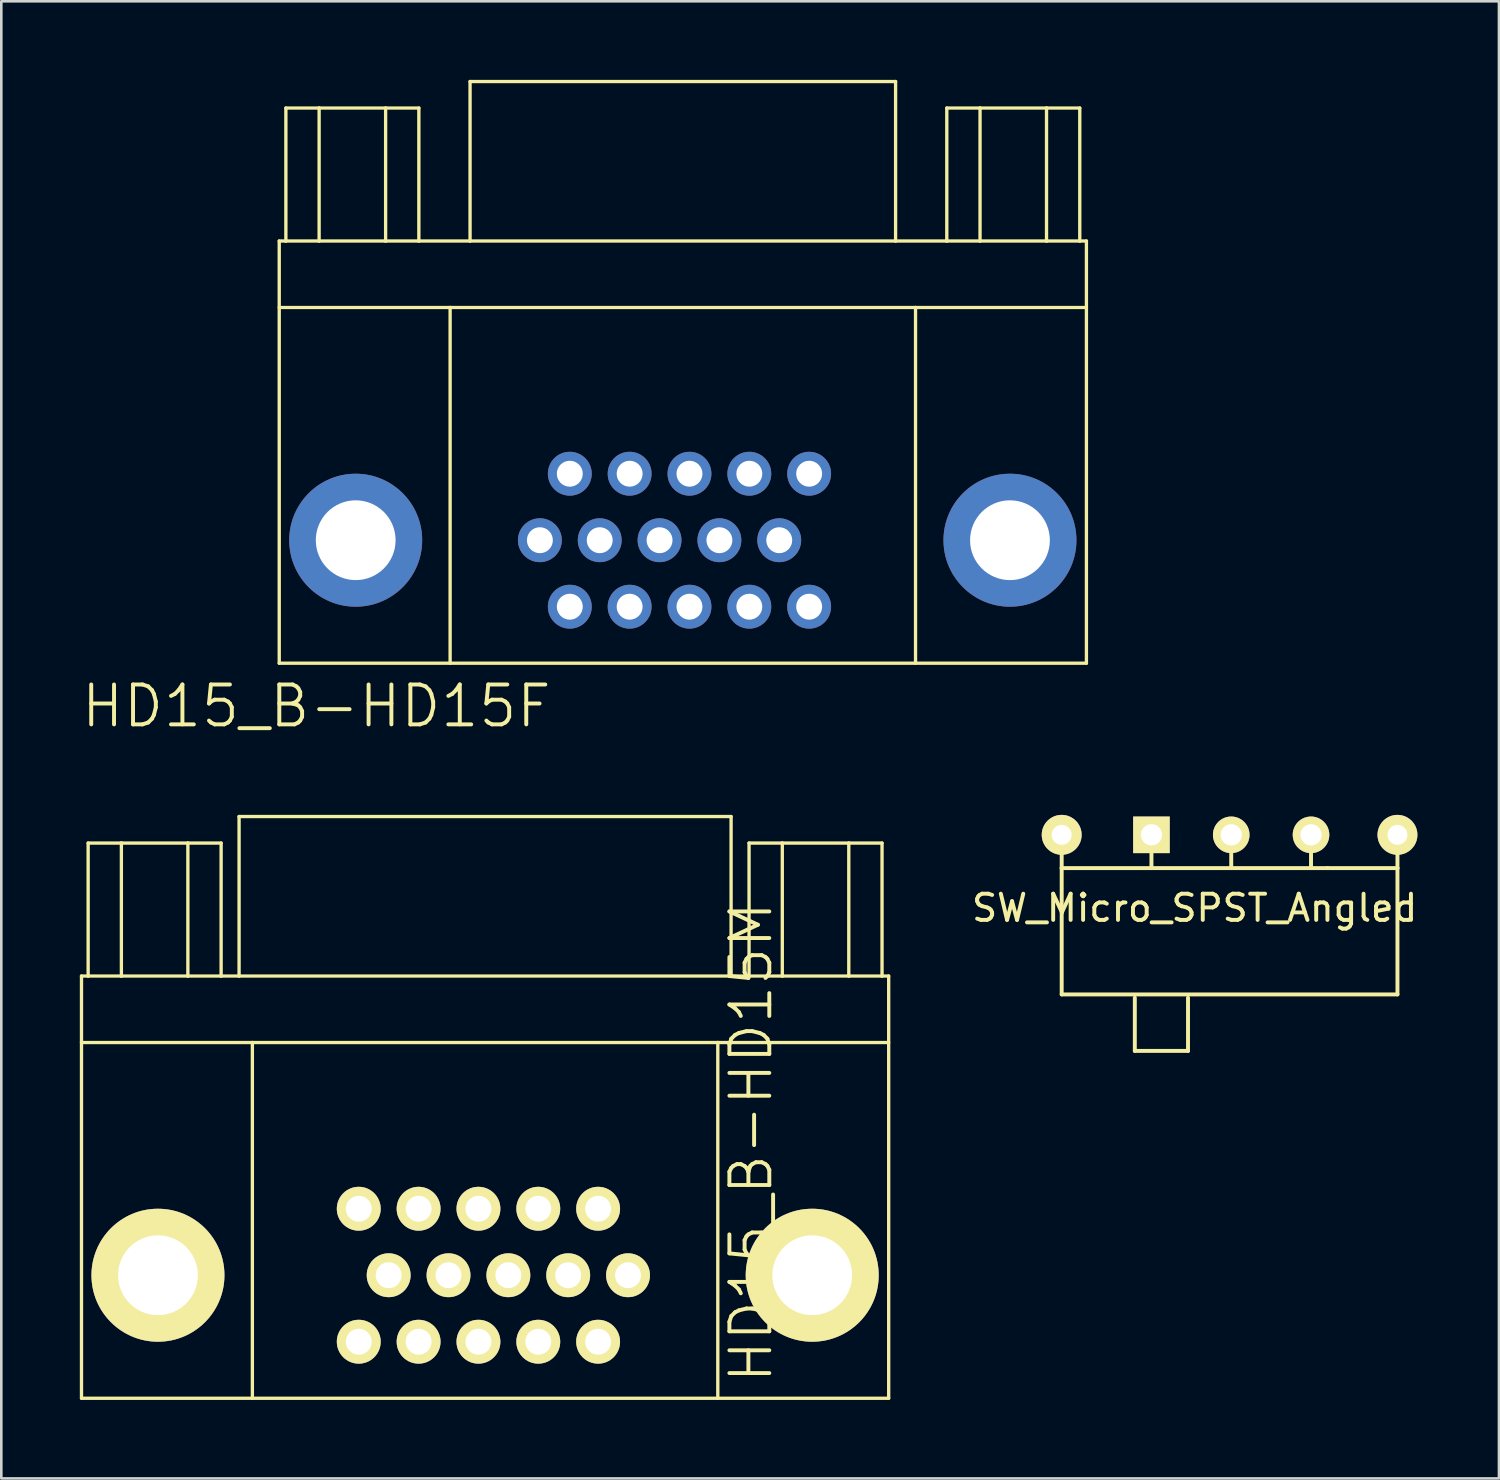
<source format=kicad_pcb>
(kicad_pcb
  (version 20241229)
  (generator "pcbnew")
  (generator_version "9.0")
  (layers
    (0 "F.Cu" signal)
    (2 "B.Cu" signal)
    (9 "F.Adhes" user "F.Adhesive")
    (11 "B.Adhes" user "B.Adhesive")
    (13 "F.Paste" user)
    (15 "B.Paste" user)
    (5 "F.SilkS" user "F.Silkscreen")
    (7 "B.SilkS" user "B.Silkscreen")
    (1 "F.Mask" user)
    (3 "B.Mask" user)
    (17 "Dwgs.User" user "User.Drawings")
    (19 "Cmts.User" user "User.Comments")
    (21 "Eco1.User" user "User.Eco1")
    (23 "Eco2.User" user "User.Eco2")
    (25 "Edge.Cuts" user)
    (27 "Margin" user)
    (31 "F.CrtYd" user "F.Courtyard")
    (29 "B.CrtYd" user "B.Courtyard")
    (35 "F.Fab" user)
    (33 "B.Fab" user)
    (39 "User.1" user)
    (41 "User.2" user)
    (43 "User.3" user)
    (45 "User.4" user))
  (footprint "HD15_B-HD15F"
    (layer "F.Cu")
    (at 23.035 17.587)
    (property "Reference" "HD15_B-HD15F" (at -14 6.338 0) (layer "F.SilkS") (effects (font (size 1.524 1.524) (thickness 0.15))))
    (attr exclude_from_pos_files)
    (fp_line (start -15.418 -11.43) (end -15.418 4.699) (stroke (width 0.127) (type solid)) (layer "F.SilkS"))
    (fp_line (start -15.164 -16.51) (end -15.164 -11.43) (stroke (width 0.127) (type solid)) (layer "F.SilkS"))
    (fp_line (start -15.164 -16.51) (end -13.894 -16.51) (stroke (width 0.127) (type solid)) (layer "F.SilkS"))
    (fp_line (start -15.164 -11.43) (end -15.418 -11.43) (stroke (width 0.127) (type solid)) (layer "F.SilkS"))
    (fp_line (start -13.894 -16.51) (end -13.894 -11.43) (stroke (width 0.127) (type solid)) (layer "F.SilkS"))
    (fp_line (start -13.894 -16.51) (end -11.354 -16.51) (stroke (width 0.127) (type solid)) (layer "F.SilkS"))
    (fp_line (start -13.894 -11.43) (end -15.164 -11.43) (stroke (width 0.127) (type solid)) (layer "F.SilkS"))
    (fp_line (start -11.354 -16.51) (end -11.354 -11.43) (stroke (width 0.127) (type solid)) (layer "F.SilkS"))
    (fp_line (start -11.354 -16.51) (end -10.084 -16.51) (stroke (width 0.127) (type solid)) (layer "F.SilkS"))
    (fp_line (start -11.354 -11.43) (end -13.894 -11.43) (stroke (width 0.127) (type solid)) (layer "F.SilkS"))
    (fp_line (start -10.084 -16.51) (end -10.084 -11.43) (stroke (width 0.127) (type solid)) (layer "F.SilkS"))
    (fp_line (start -10.084 -11.43) (end -11.354 -11.43) (stroke (width 0.127) (type solid)) (layer "F.SilkS"))
    (fp_line (start -8.89 -8.89) (end -15.418 -8.89) (stroke (width 0.127) (type solid)) (layer "F.SilkS"))
    (fp_line (start -8.89 -8.89) (end -8.89 4.699) (stroke (width 0.127) (type solid)) (layer "F.SilkS"))
    (fp_line (start -8.128 -17.523) (end -8.128 -11.43) (stroke (width 0.127) (type solid)) (layer "F.SilkS"))
    (fp_line (start -8.128 -11.43) (end -10.084 -11.43) (stroke (width 0.127) (type solid)) (layer "F.SilkS"))
    (fp_line (start 8.128 -17.523) (end -8.128 -17.523) (stroke (width 0.127) (type solid)) (layer "F.SilkS"))
    (fp_line (start 8.128 -17.523) (end 8.128 -11.43) (stroke (width 0.127) (type solid)) (layer "F.SilkS"))
    (fp_line (start 8.128 -11.43) (end -8.128 -11.43) (stroke (width 0.127) (type solid)) (layer "F.SilkS"))
    (fp_line (start 8.89 -8.89) (end -8.89 -8.89) (stroke (width 0.127) (type solid)) (layer "F.SilkS"))
    (fp_line (start 8.89 -8.89) (end 8.89 4.699) (stroke (width 0.127) (type solid)) (layer "F.SilkS"))
    (fp_line (start 10.084 -16.51) (end 10.084 -11.43) (stroke (width 0.127) (type solid)) (layer "F.SilkS"))
    (fp_line (start 10.084 -11.43) (end 8.128 -11.43) (stroke (width 0.127) (type solid)) (layer "F.SilkS"))
    (fp_line (start 11.354 -16.51) (end 10.084 -16.51) (stroke (width 0.127) (type solid)) (layer "F.SilkS"))
    (fp_line (start 11.354 -16.51) (end 11.354 -11.43) (stroke (width 0.127) (type solid)) (layer "F.SilkS"))
    (fp_line (start 11.354 -11.43) (end 10.084 -11.43) (stroke (width 0.127) (type solid)) (layer "F.SilkS"))
    (fp_line (start 13.894 -16.51) (end 11.354 -16.51) (stroke (width 0.127) (type solid)) (layer "F.SilkS"))
    (fp_line (start 13.894 -16.51) (end 13.894 -11.43) (stroke (width 0.127) (type solid)) (layer "F.SilkS"))
    (fp_line (start 13.894 -11.43) (end 11.354 -11.43) (stroke (width 0.127) (type solid)) (layer "F.SilkS"))
    (fp_line (start 15.164 -16.51) (end 13.894 -16.51) (stroke (width 0.127) (type solid)) (layer "F.SilkS"))
    (fp_line (start 15.164 -16.51) (end 15.164 -11.43) (stroke (width 0.127) (type solid)) (layer "F.SilkS"))
    (fp_line (start 15.164 -11.43) (end 13.894 -11.43) (stroke (width 0.127) (type solid)) (layer "F.SilkS"))
    (fp_line (start 15.418 -11.43) (end 15.164 -11.43) (stroke (width 0.127) (type solid)) (layer "F.SilkS"))
    (fp_line (start 15.418 -11.43) (end 15.418 4.699) (stroke (width 0.127) (type solid)) (layer "F.SilkS"))
    (fp_line (start 15.418 -8.89) (end 8.89 -8.89) (stroke (width 0.127) (type solid)) (layer "F.SilkS"))
    (fp_line (start 15.418 4.699) (end -15.418 4.699) (stroke (width 0.127) (type solid)) (layer "F.SilkS"))
    (pad "1" thru_hole circle (at -4.318 2.54) (size 1.676 1.676) (drill 0.991) (layers "*.Cu" "*.Mask"))
    (pad "2" thru_hole circle (at -2.032 2.54) (size 1.676 1.676) (drill 0.991) (layers "*.Cu" "*.Mask"))
    (pad "3" thru_hole circle (at 0.254 2.54) (size 1.676 1.676) (drill 0.991) (layers "*.Cu" "*.Mask"))
    (pad "4" thru_hole circle (at 2.54 2.54) (size 1.676 1.676) (drill 0.991) (layers "*.Cu" "*.Mask"))
    (pad "5" thru_hole circle (at 4.826 2.54) (size 1.676 1.676) (drill 0.991) (layers "*.Cu" "*.Mask"))
    (pad "6" thru_hole circle (at -5.461 0) (size 1.676 1.676) (drill 0.991) (layers "*.Cu" "*.Mask"))
    (pad "7" thru_hole circle (at -3.175 0) (size 1.676 1.676) (drill 0.991) (layers "*.Cu" "*.Mask"))
    (pad "8" thru_hole circle (at -0.889 0) (size 1.676 1.676) (drill 0.991) (layers "*.Cu" "*.Mask"))
    (pad "9" thru_hole circle (at 1.397 0) (size 1.676 1.676) (drill 0.991) (layers "*.Cu" "*.Mask"))
    (pad "10" thru_hole circle (at 3.683 0) (size 1.676 1.676) (drill 0.991) (layers "*.Cu" "*.Mask"))
    (pad "11" thru_hole circle (at -4.318 -2.54) (size 1.676 1.676) (drill 0.991) (layers "*.Cu" "*.Mask"))
    (pad "12" thru_hole circle (at -2.032 -2.54) (size 1.676 1.676) (drill 0.991) (layers "*.Cu" "*.Mask"))
    (pad "13" thru_hole circle (at 0.254 -2.54) (size 1.676 1.676) (drill 0.991) (layers "*.Cu" "*.Mask"))
    (pad "14" thru_hole circle (at 2.54 -2.54) (size 1.676 1.676) (drill 0.991) (layers "*.Cu" "*.Mask"))
    (pad "15" thru_hole circle (at 4.826 -2.54) (size 1.676 1.676) (drill 0.991) (layers "*.Cu" "*.Mask"))
    (pad "SH1" thru_hole circle (at -12.497 0) (size 5.08 5.08) (drill 3.048) (layers "*.Cu" "*.Mask"))
    (pad "SH2" thru_hole circle (at 12.497 0) (size 5.08 5.08) (drill 3.048) (layers "*.Cu" "*.Mask")))
  (footprint "HD15_B-HD15M"
    (layer "F.Cu")
    (at 15.481 45.666)
    (property "Reference" "HD15_B-HD15M" (at 10.16 -5.08 90) (layer "F.SilkS") (effects (font (size 1.524 1.524) (thickness 0.15))))
    (attr exclude_from_pos_files exclude_from_bom)
    (fp_line (start -15.418 -11.43) (end -15.418 4.699) (stroke (width 0.127) (type solid)) (layer "F.SilkS"))
    (fp_line (start -15.418 -11.43) (end -15.164 -11.43) (stroke (width 0.127) (type solid)) (layer "F.SilkS"))
    (fp_line (start -15.418 -8.89) (end -8.89 -8.89) (stroke (width 0.127) (type solid)) (layer "F.SilkS"))
    (fp_line (start -15.418 4.699) (end 15.418 4.699) (stroke (width 0.127) (type solid)) (layer "F.SilkS"))
    (fp_line (start -15.164 -16.51) (end -15.164 -11.43) (stroke (width 0.127) (type solid)) (layer "F.SilkS"))
    (fp_line (start -15.164 -16.51) (end -13.894 -16.51) (stroke (width 0.127) (type solid)) (layer "F.SilkS"))
    (fp_line (start -15.164 -11.43) (end -13.894 -11.43) (stroke (width 0.127) (type solid)) (layer "F.SilkS"))
    (fp_line (start -13.894 -16.51) (end -13.894 -11.43) (stroke (width 0.127) (type solid)) (layer "F.SilkS"))
    (fp_line (start -13.894 -16.51) (end -11.354 -16.51) (stroke (width 0.127) (type solid)) (layer "F.SilkS"))
    (fp_line (start -13.894 -11.43) (end -11.354 -11.43) (stroke (width 0.127) (type solid)) (layer "F.SilkS"))
    (fp_line (start -11.354 -16.51) (end -11.354 -11.43) (stroke (width 0.127) (type solid)) (layer "F.SilkS"))
    (fp_line (start -11.354 -16.51) (end -10.084 -16.51) (stroke (width 0.127) (type solid)) (layer "F.SilkS"))
    (fp_line (start -11.354 -11.43) (end -10.084 -11.43) (stroke (width 0.127) (type solid)) (layer "F.SilkS"))
    (fp_line (start -10.084 -16.51) (end -10.084 -11.43) (stroke (width 0.127) (type solid)) (layer "F.SilkS"))
    (fp_line (start -10.084 -11.43) (end -9.398 -11.43) (stroke (width 0.127) (type solid)) (layer "F.SilkS"))
    (fp_line (start -9.398 -17.523) (end -9.398 -11.43) (stroke (width 0.127) (type solid)) (layer "F.SilkS"))
    (fp_line (start -9.398 -17.523) (end 9.398 -17.523) (stroke (width 0.127) (type solid)) (layer "F.SilkS"))
    (fp_line (start -9.398 -11.43) (end 9.398 -11.43) (stroke (width 0.127) (type solid)) (layer "F.SilkS"))
    (fp_line (start -8.89 -8.89) (end -8.89 4.699) (stroke (width 0.127) (type solid)) (layer "F.SilkS"))
    (fp_line (start -8.89 -8.89) (end 8.89 -8.89) (stroke (width 0.127) (type solid)) (layer "F.SilkS"))
    (fp_line (start 8.89 -8.89) (end 8.89 4.699) (stroke (width 0.127) (type solid)) (layer "F.SilkS"))
    (fp_line (start 8.89 -8.89) (end 15.418 -8.89) (stroke (width 0.127) (type solid)) (layer "F.SilkS"))
    (fp_line (start 9.398 -17.523) (end 9.398 -11.43) (stroke (width 0.127) (type solid)) (layer "F.SilkS"))
    (fp_line (start 9.398 -11.43) (end 10.084 -11.43) (stroke (width 0.127) (type solid)) (layer "F.SilkS"))
    (fp_line (start 10.084 -16.51) (end 10.084 -11.43) (stroke (width 0.127) (type solid)) (layer "F.SilkS"))
    (fp_line (start 10.084 -11.43) (end 11.354 -11.43) (stroke (width 0.127) (type solid)) (layer "F.SilkS"))
    (fp_line (start 11.354 -16.51) (end 10.084 -16.51) (stroke (width 0.127) (type solid)) (layer "F.SilkS"))
    (fp_line (start 11.354 -16.51) (end 11.354 -11.43) (stroke (width 0.127) (type solid)) (layer "F.SilkS"))
    (fp_line (start 11.354 -11.43) (end 13.894 -11.43) (stroke (width 0.127) (type solid)) (layer "F.SilkS"))
    (fp_line (start 13.894 -16.51) (end 11.354 -16.51) (stroke (width 0.127) (type solid)) (layer "F.SilkS"))
    (fp_line (start 13.894 -16.51) (end 13.894 -11.43) (stroke (width 0.127) (type solid)) (layer "F.SilkS"))
    (fp_line (start 13.894 -11.43) (end 15.164 -11.43) (stroke (width 0.127) (type solid)) (layer "F.SilkS"))
    (fp_line (start 15.164 -16.51) (end 13.894 -16.51) (stroke (width 0.127) (type solid)) (layer "F.SilkS"))
    (fp_line (start 15.164 -16.51) (end 15.164 -11.43) (stroke (width 0.127) (type solid)) (layer "F.SilkS"))
    (fp_line (start 15.164 -11.43) (end 15.418 -11.43) (stroke (width 0.127) (type solid)) (layer "F.SilkS"))
    (fp_line (start 15.418 -11.43) (end 15.418 4.699) (stroke (width 0.127) (type solid)) (layer "F.SilkS"))
    (pad "1" thru_hole circle (at 4.318 2.54) (size 1.676 1.676) (drill 0.991) (layers "*.Cu" "*.Mask" "F.SilkS" "F.Paste"))
    (pad "2" thru_hole circle (at 2.032 2.54) (size 1.676 1.676) (drill 0.991) (layers "*.Cu" "*.Mask" "F.SilkS" "F.Paste"))
    (pad "3" thru_hole circle (at -0.254 2.54) (size 1.676 1.676) (drill 0.991) (layers "*.Cu" "*.Mask" "F.SilkS" "F.Paste"))
    (pad "4" thru_hole circle (at -2.54 2.54) (size 1.676 1.676) (drill 0.991) (layers "*.Cu" "*.Mask" "F.SilkS" "F.Paste"))
    (pad "5" thru_hole circle (at -4.826 2.54) (size 1.676 1.676) (drill 0.991) (layers "*.Cu" "*.Mask" "F.SilkS" "F.Paste"))
    (pad "6" thru_hole circle (at 5.461 0) (size 1.676 1.676) (drill 0.991) (layers "*.Cu" "*.Mask" "F.SilkS" "F.Paste"))
    (pad "7" thru_hole circle (at 3.175 0) (size 1.676 1.676) (drill 0.991) (layers "*.Cu" "*.Mask" "F.SilkS" "F.Paste"))
    (pad "8" thru_hole circle (at 0.889 0) (size 1.676 1.676) (drill 0.991) (layers "*.Cu" "*.Mask" "F.SilkS" "F.Paste"))
    (pad "9" thru_hole circle (at -1.397 0) (size 1.676 1.676) (drill 0.991) (layers "*.Cu" "*.Mask" "F.SilkS" "F.Paste"))
    (pad "10" thru_hole circle (at -3.683 0) (size 1.676 1.676) (drill 0.991) (layers "*.Cu" "*.Mask" "F.SilkS" "F.Paste"))
    (pad "11" thru_hole circle (at 4.318 -2.54) (size 1.676 1.676) (drill 0.991) (layers "*.Cu" "*.Mask" "F.SilkS" "F.Paste"))
    (pad "12" thru_hole circle (at 2.032 -2.54) (size 1.676 1.676) (drill 0.991) (layers "*.Cu" "*.Mask" "F.SilkS" "F.Paste"))
    (pad "13" thru_hole circle (at -0.254 -2.54) (size 1.676 1.676) (drill 0.991) (layers "*.Cu" "*.Mask" "F.SilkS" "F.Paste"))
    (pad "14" thru_hole circle (at -2.54 -2.54) (size 1.676 1.676) (drill 0.991) (layers "*.Cu" "*.Mask" "F.SilkS" "F.Paste"))
    (pad "15" thru_hole circle (at -4.826 -2.54) (size 1.676 1.676) (drill 0.991) (layers "*.Cu" "*.Mask" "F.SilkS" "F.Paste"))
    (pad "SH1" thru_hole circle (at 12.497 0) (size 5.08 5.08) (drill 3.048) (layers "*.Cu" "*.Mask" "F.SilkS" "F.Paste"))
    (pad "SH2" thru_hole circle (at -12.497 0) (size 5.08 5.08) (drill 3.048) (layers "*.Cu" "*.Mask" "F.SilkS" "F.Paste")))
  (footprint "SW_Micro_SPST_Angled"
    (layer "F.Cu")
    (at 43.985 28.842)
    (property "Reference" "SW_Micro_SPST_Angled" (at -1.397 2.794 0) (layer "F.SilkS") (effects (font (size 1 1) (thickness 0.15))))
    (attr through_hole)
    (fp_line (start -6.477 1.27) (end -6.477 0) (stroke (width 0.15) (type solid)) (layer "F.SilkS"))
    (fp_line (start -6.477 1.27) (end -6.477 6.096) (stroke (width 0.15) (type solid)) (layer "F.SilkS"))
    (fp_line (start -6.477 1.27) (end 3.683 1.27) (stroke (width 0.15) (type solid)) (layer "F.SilkS"))
    (fp_line (start -3.683 6.223) (end -3.683 8.255) (stroke (width 0.15) (type solid)) (layer "F.SilkS"))
    (fp_line (start -3.683 8.255) (end -1.651 8.255) (stroke (width 0.15) (type solid)) (layer "F.SilkS"))
    (fp_line (start -3.048 0) (end -3.048 1.27) (stroke (width 0.15) (type solid)) (layer "F.SilkS"))
    (fp_line (start -1.651 6.223) (end -1.651 8.255) (stroke (width 0.15) (type solid)) (layer "F.SilkS"))
    (fp_line (start 0 0) (end 0 1.27) (stroke (width 0.15) (type solid)) (layer "F.SilkS"))
    (fp_line (start 3.048 0) (end 3.048 1.27) (stroke (width 0.15) (type solid)) (layer "F.SilkS"))
    (fp_line (start 3.683 1.27) (end 6.35 1.27) (stroke (width 0.15) (type solid)) (layer "F.SilkS"))
    (fp_line (start 6.35 1.27) (end 6.35 0) (stroke (width 0.15) (type solid)) (layer "F.SilkS"))
    (fp_line (start 6.35 1.27) (end 6.35 6.096) (stroke (width 0.15) (type solid)) (layer "F.SilkS"))
    (fp_line (start 6.35 6.096) (end -6.477 6.096) (stroke (width 0.15) (type solid)) (layer "F.SilkS"))
    (pad "1" thru_hole rect (at -3.048 0) (size 1.397 1.397) (drill 0.813) (layers "*.Cu" "*.Mask" "F.SilkS"))
    (pad "2" thru_hole circle (at 0 0) (size 1.397 1.397) (drill 0.813) (layers "*.Cu" "*.Mask" "F.SilkS"))
    (pad "3" thru_hole circle (at 3.048 0) (size 1.397 1.397) (drill 0.813) (layers "*.Cu" "*.Mask" "F.SilkS"))
    (pad "4" thru_hole circle (at -6.477 0) (size 1.524 1.524) (drill 0.762) (layers "*.Cu" "*.Mask" "F.SilkS"))
    (pad "5" thru_hole circle (at 6.35 0) (size 1.524 1.524) (drill 0.762) (layers "*.Cu" "*.Mask" "F.SilkS")))
  (gr_rect
    (start -3 -3)
    (end 54.213 53.429)
    (stroke (width 0.1) (type default))
    (fill no)
    (layer "Edge.Cuts")))
</source>
